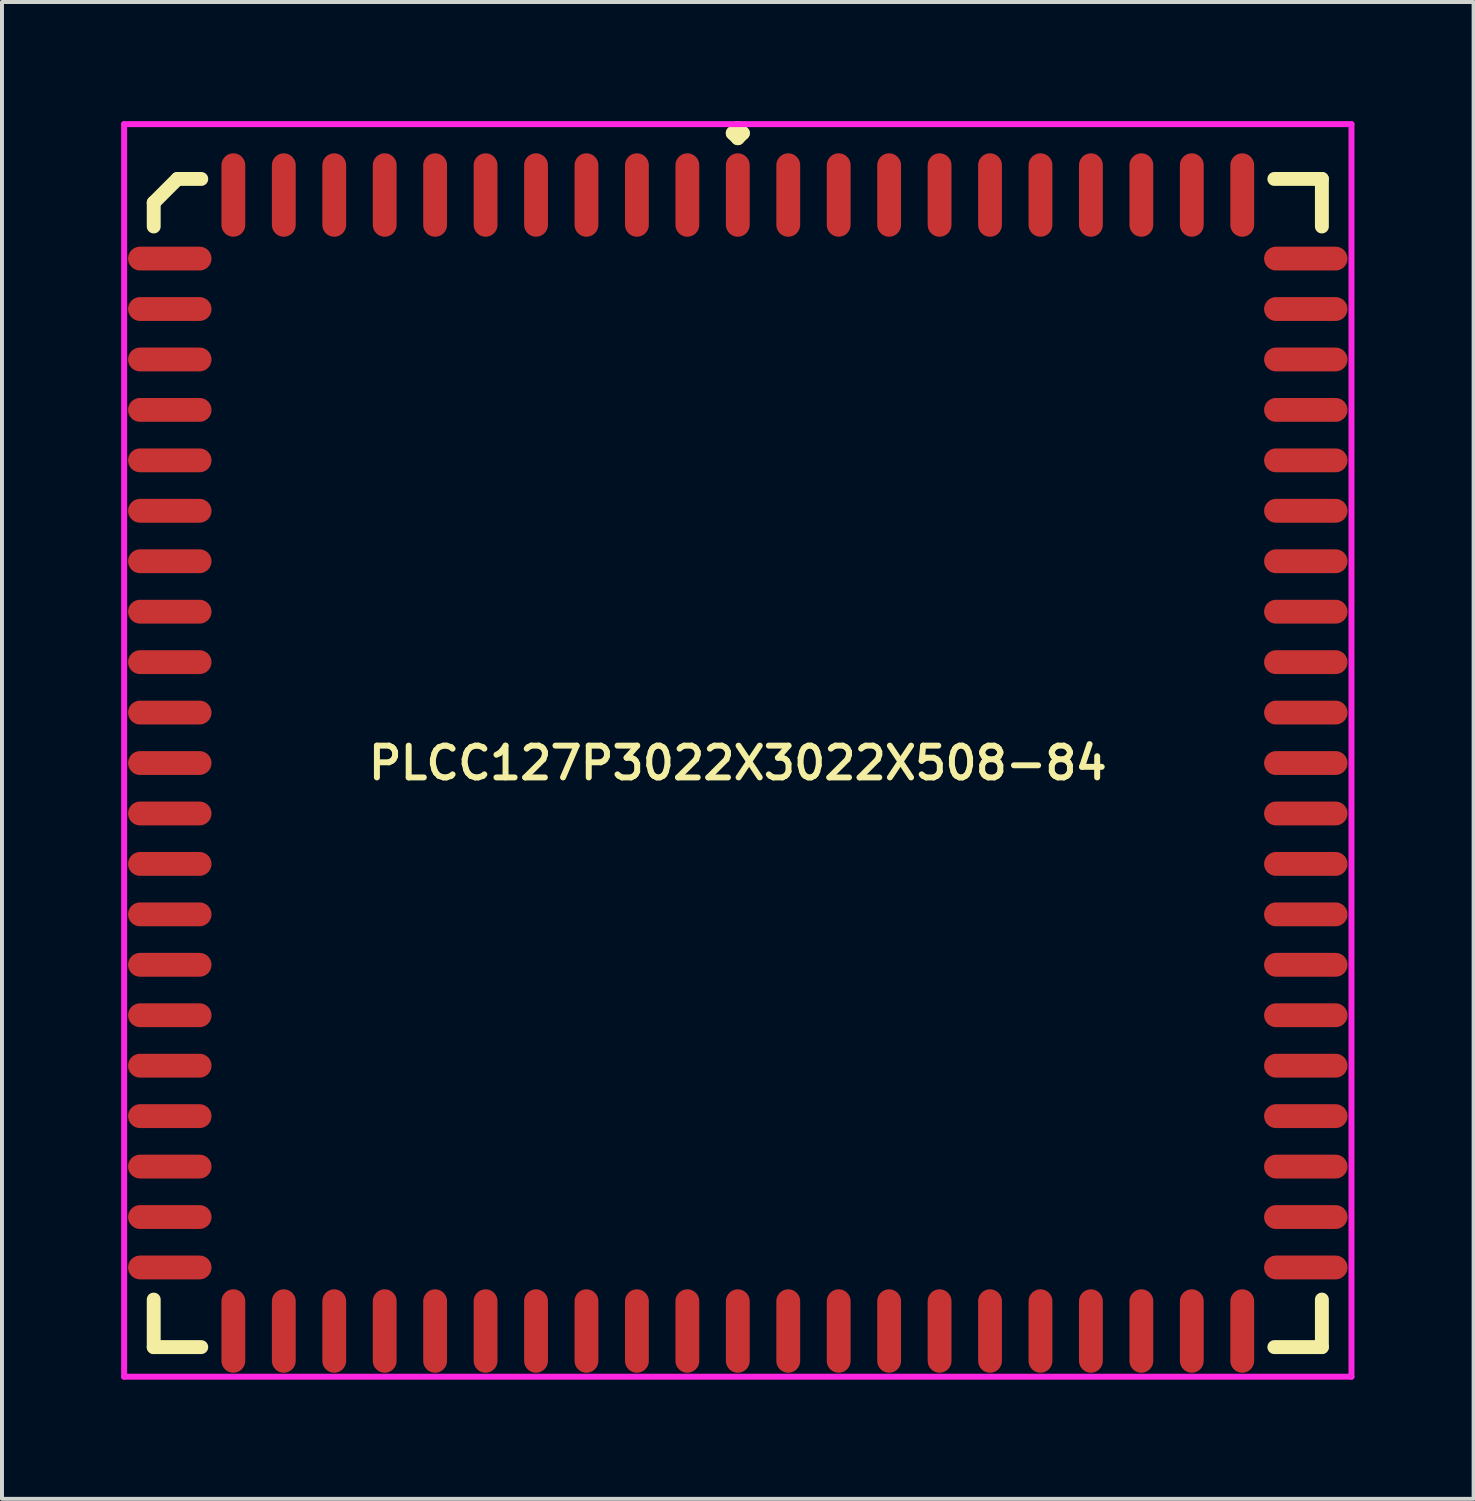
<source format=kicad_pcb>
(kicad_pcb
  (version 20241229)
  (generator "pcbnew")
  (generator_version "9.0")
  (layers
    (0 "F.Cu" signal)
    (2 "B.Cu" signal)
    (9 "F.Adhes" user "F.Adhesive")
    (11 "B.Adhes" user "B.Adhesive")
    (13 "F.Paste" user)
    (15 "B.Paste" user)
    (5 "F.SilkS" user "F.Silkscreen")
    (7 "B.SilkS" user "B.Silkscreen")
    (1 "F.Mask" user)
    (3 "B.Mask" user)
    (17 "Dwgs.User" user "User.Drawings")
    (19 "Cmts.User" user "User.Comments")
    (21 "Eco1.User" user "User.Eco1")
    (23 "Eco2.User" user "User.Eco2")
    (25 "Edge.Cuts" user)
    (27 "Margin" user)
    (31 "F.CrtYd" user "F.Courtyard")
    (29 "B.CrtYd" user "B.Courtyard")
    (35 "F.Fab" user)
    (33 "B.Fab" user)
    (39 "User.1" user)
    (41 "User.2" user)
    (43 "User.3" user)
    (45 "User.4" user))
  (footprint "PLCC127P3022X3022X508-84"
    (layer "F.Cu")
    (at 15.525 16.16)
    (property "Reference" "PLCC127P3022X3022X508-84" (at 0 0 0) (layer "F.SilkS") (effects (font (size 0.8 0.8) (thickness 0.15))))
    (attr smd)
    (fp_line (start -14.705 -14.107) (end -14.107 -14.705) (stroke (width 0.35) (type solid)) (layer "F.SilkS"))
    (fp_line (start -14.705 -13.508) (end -14.705 -14.107) (stroke (width 0.35) (type solid)) (layer "F.SilkS"))
    (fp_line (start -14.705 13.508) (end -14.705 14.705) (stroke (width 0.35) (type solid)) (layer "F.SilkS"))
    (fp_line (start -14.705 14.705) (end -13.508 14.705) (stroke (width 0.35) (type solid)) (layer "F.SilkS"))
    (fp_line (start -14.107 -14.705) (end -13.508 -14.705) (stroke (width 0.35) (type solid)) (layer "F.SilkS"))
    (fp_line (start -0.127 -15.858) (end 0 -15.985) (stroke (width 0.35) (type solid)) (layer "F.SilkS"))
    (fp_line (start 0 -15.985) (end 0.127 -15.858) (stroke (width 0.35) (type solid)) (layer "F.SilkS"))
    (fp_line (start 0 -15.731) (end -0.127 -15.858) (stroke (width 0.35) (type solid)) (layer "F.SilkS"))
    (fp_line (start 0.127 -15.858) (end 0 -15.731) (stroke (width 0.35) (type solid)) (layer "F.SilkS"))
    (fp_line (start 14.705 -14.705) (end 13.508 -14.705) (stroke (width 0.35) (type solid)) (layer "F.SilkS"))
    (fp_line (start 14.705 -13.508) (end 14.705 -14.705) (stroke (width 0.35) (type solid)) (layer "F.SilkS"))
    (fp_line (start 14.705 13.508) (end 14.705 14.705) (stroke (width 0.35) (type solid)) (layer "F.SilkS"))
    (fp_line (start 14.705 14.705) (end 13.508 14.705) (stroke (width 0.35) (type solid)) (layer "F.SilkS"))
    (fp_line (start -15.45 -16.085) (end 15.45 -16.085) (stroke (width 0.15) (type solid)) (layer "F.CrtYd"))
    (fp_line (start -15.45 15.45) (end -15.45 -16.085) (stroke (width 0.15) (type solid)) (layer "F.CrtYd"))
    (fp_line (start 15.45 -16.085) (end 15.45 15.45) (stroke (width 0.15) (type solid)) (layer "F.CrtYd"))
    (fp_line (start 15.45 15.45) (end -15.45 15.45) (stroke (width 0.15) (type solid)) (layer "F.CrtYd"))
    (pad "1" smd oval (at 0 -14.3) (size 0.6 2.1) (layers "F.Cu" "F.Mask" "F.Paste"))
    (pad "2" smd oval (at -1.27 -14.3) (size 0.6 2.1) (layers "F.Cu" "F.Mask" "F.Paste"))
    (pad "3" smd oval (at -2.54 -14.3) (size 0.6 2.1) (layers "F.Cu" "F.Mask" "F.Paste"))
    (pad "4" smd oval (at -3.81 -14.3) (size 0.6 2.1) (layers "F.Cu" "F.Mask" "F.Paste"))
    (pad "5" smd oval (at -5.08 -14.3) (size 0.6 2.1) (layers "F.Cu" "F.Mask" "F.Paste"))
    (pad "6" smd oval (at -6.35 -14.3) (size 0.6 2.1) (layers "F.Cu" "F.Mask" "F.Paste"))
    (pad "7" smd oval (at -7.62 -14.3) (size 0.6 2.1) (layers "F.Cu" "F.Mask" "F.Paste"))
    (pad "8" smd oval (at -8.89 -14.3) (size 0.6 2.1) (layers "F.Cu" "F.Mask" "F.Paste"))
    (pad "9" smd oval (at -10.16 -14.3) (size 0.6 2.1) (layers "F.Cu" "F.Mask" "F.Paste"))
    (pad "10" smd oval (at -11.43 -14.3) (size 0.6 2.1) (layers "F.Cu" "F.Mask" "F.Paste"))
    (pad "11" smd oval (at -12.7 -14.3) (size 0.6 2.1) (layers "F.Cu" "F.Mask" "F.Paste"))
    (pad "12" smd oval (at -14.3 -12.7) (size 2.1 0.6) (layers "F.Cu" "F.Mask" "F.Paste"))
    (pad "13" smd oval (at -14.3 -11.43) (size 2.1 0.6) (layers "F.Cu" "F.Mask" "F.Paste"))
    (pad "14" smd oval (at -14.3 -10.16) (size 2.1 0.6) (layers "F.Cu" "F.Mask" "F.Paste"))
    (pad "15" smd oval (at -14.3 -8.89) (size 2.1 0.6) (layers "F.Cu" "F.Mask" "F.Paste"))
    (pad "16" smd oval (at -14.3 -7.62) (size 2.1 0.6) (layers "F.Cu" "F.Mask" "F.Paste"))
    (pad "17" smd oval (at -14.3 -6.35) (size 2.1 0.6) (layers "F.Cu" "F.Mask" "F.Paste"))
    (pad "18" smd oval (at -14.3 -5.08) (size 2.1 0.6) (layers "F.Cu" "F.Mask" "F.Paste"))
    (pad "19" smd oval (at -14.3 -3.81) (size 2.1 0.6) (layers "F.Cu" "F.Mask" "F.Paste"))
    (pad "20" smd oval (at -14.3 -2.54) (size 2.1 0.6) (layers "F.Cu" "F.Mask" "F.Paste"))
    (pad "21" smd oval (at -14.3 -1.27) (size 2.1 0.6) (layers "F.Cu" "F.Mask" "F.Paste"))
    (pad "22" smd oval (at -14.3 0) (size 2.1 0.6) (layers "F.Cu" "F.Mask" "F.Paste"))
    (pad "23" smd oval (at -14.3 1.27) (size 2.1 0.6) (layers "F.Cu" "F.Mask" "F.Paste"))
    (pad "24" smd oval (at -14.3 2.54) (size 2.1 0.6) (layers "F.Cu" "F.Mask" "F.Paste"))
    (pad "25" smd oval (at -14.3 3.81) (size 2.1 0.6) (layers "F.Cu" "F.Mask" "F.Paste"))
    (pad "26" smd oval (at -14.3 5.08) (size 2.1 0.6) (layers "F.Cu" "F.Mask" "F.Paste"))
    (pad "27" smd oval (at -14.3 6.35) (size 2.1 0.6) (layers "F.Cu" "F.Mask" "F.Paste"))
    (pad "28" smd oval (at -14.3 7.62) (size 2.1 0.6) (layers "F.Cu" "F.Mask" "F.Paste"))
    (pad "29" smd oval (at -14.3 8.89) (size 2.1 0.6) (layers "F.Cu" "F.Mask" "F.Paste"))
    (pad "30" smd oval (at -14.3 10.16) (size 2.1 0.6) (layers "F.Cu" "F.Mask" "F.Paste"))
    (pad "31" smd oval (at -14.3 11.43) (size 2.1 0.6) (layers "F.Cu" "F.Mask" "F.Paste"))
    (pad "32" smd oval (at -14.3 12.7) (size 2.1 0.6) (layers "F.Cu" "F.Mask" "F.Paste"))
    (pad "33" smd oval (at -12.7 14.3) (size 0.6 2.1) (layers "F.Cu" "F.Mask" "F.Paste"))
    (pad "34" smd oval (at -11.43 14.3) (size 0.6 2.1) (layers "F.Cu" "F.Mask" "F.Paste"))
    (pad "35" smd oval (at -10.16 14.3) (size 0.6 2.1) (layers "F.Cu" "F.Mask" "F.Paste"))
    (pad "36" smd oval (at -8.89 14.3) (size 0.6 2.1) (layers "F.Cu" "F.Mask" "F.Paste"))
    (pad "37" smd oval (at -7.62 14.3) (size 0.6 2.1) (layers "F.Cu" "F.Mask" "F.Paste"))
    (pad "38" smd oval (at -6.35 14.3) (size 0.6 2.1) (layers "F.Cu" "F.Mask" "F.Paste"))
    (pad "39" smd oval (at -5.08 14.3) (size 0.6 2.1) (layers "F.Cu" "F.Mask" "F.Paste"))
    (pad "40" smd oval (at -3.81 14.3) (size 0.6 2.1) (layers "F.Cu" "F.Mask" "F.Paste"))
    (pad "41" smd oval (at -2.54 14.3) (size 0.6 2.1) (layers "F.Cu" "F.Mask" "F.Paste"))
    (pad "42" smd oval (at -1.27 14.3) (size 0.6 2.1) (layers "F.Cu" "F.Mask" "F.Paste"))
    (pad "43" smd oval (at 0 14.3) (size 0.6 2.1) (layers "F.Cu" "F.Mask" "F.Paste"))
    (pad "44" smd oval (at 1.27 14.3) (size 0.6 2.1) (layers "F.Cu" "F.Mask" "F.Paste"))
    (pad "45" smd oval (at 2.54 14.3) (size 0.6 2.1) (layers "F.Cu" "F.Mask" "F.Paste"))
    (pad "46" smd oval (at 3.81 14.3) (size 0.6 2.1) (layers "F.Cu" "F.Mask" "F.Paste"))
    (pad "47" smd oval (at 5.08 14.3) (size 0.6 2.1) (layers "F.Cu" "F.Mask" "F.Paste"))
    (pad "48" smd oval (at 6.35 14.3) (size 0.6 2.1) (layers "F.Cu" "F.Mask" "F.Paste"))
    (pad "49" smd oval (at 7.62 14.3) (size 0.6 2.1) (layers "F.Cu" "F.Mask" "F.Paste"))
    (pad "50" smd oval (at 8.89 14.3) (size 0.6 2.1) (layers "F.Cu" "F.Mask" "F.Paste"))
    (pad "51" smd oval (at 10.16 14.3) (size 0.6 2.1) (layers "F.Cu" "F.Mask" "F.Paste"))
    (pad "52" smd oval (at 11.43 14.3) (size 0.6 2.1) (layers "F.Cu" "F.Mask" "F.Paste"))
    (pad "53" smd oval (at 12.7 14.3) (size 0.6 2.1) (layers "F.Cu" "F.Mask" "F.Paste"))
    (pad "54" smd oval (at 14.3 12.7) (size 2.1 0.6) (layers "F.Cu" "F.Mask" "F.Paste"))
    (pad "55" smd oval (at 14.3 11.43) (size 2.1 0.6) (layers "F.Cu" "F.Mask" "F.Paste"))
    (pad "56" smd oval (at 14.3 10.16) (size 2.1 0.6) (layers "F.Cu" "F.Mask" "F.Paste"))
    (pad "57" smd oval (at 14.3 8.89) (size 2.1 0.6) (layers "F.Cu" "F.Mask" "F.Paste"))
    (pad "58" smd oval (at 14.3 7.62) (size 2.1 0.6) (layers "F.Cu" "F.Mask" "F.Paste"))
    (pad "59" smd oval (at 14.3 6.35) (size 2.1 0.6) (layers "F.Cu" "F.Mask" "F.Paste"))
    (pad "60" smd oval (at 14.3 5.08) (size 2.1 0.6) (layers "F.Cu" "F.Mask" "F.Paste"))
    (pad "61" smd oval (at 14.3 3.81) (size 2.1 0.6) (layers "F.Cu" "F.Mask" "F.Paste"))
    (pad "62" smd oval (at 14.3 2.54) (size 2.1 0.6) (layers "F.Cu" "F.Mask" "F.Paste"))
    (pad "63" smd oval (at 14.3 1.27) (size 2.1 0.6) (layers "F.Cu" "F.Mask" "F.Paste"))
    (pad "64" smd oval (at 14.3 0) (size 2.1 0.6) (layers "F.Cu" "F.Mask" "F.Paste"))
    (pad "65" smd oval (at 14.3 -1.27) (size 2.1 0.6) (layers "F.Cu" "F.Mask" "F.Paste"))
    (pad "66" smd oval (at 14.3 -2.54) (size 2.1 0.6) (layers "F.Cu" "F.Mask" "F.Paste"))
    (pad "67" smd oval (at 14.3 -3.81) (size 2.1 0.6) (layers "F.Cu" "F.Mask" "F.Paste"))
    (pad "68" smd oval (at 14.3 -5.08) (size 2.1 0.6) (layers "F.Cu" "F.Mask" "F.Paste"))
    (pad "69" smd oval (at 14.3 -6.35) (size 2.1 0.6) (layers "F.Cu" "F.Mask" "F.Paste"))
    (pad "70" smd oval (at 14.3 -7.62) (size 2.1 0.6) (layers "F.Cu" "F.Mask" "F.Paste"))
    (pad "71" smd oval (at 14.3 -8.89) (size 2.1 0.6) (layers "F.Cu" "F.Mask" "F.Paste"))
    (pad "72" smd oval (at 14.3 -10.16) (size 2.1 0.6) (layers "F.Cu" "F.Mask" "F.Paste"))
    (pad "73" smd oval (at 14.3 -11.43) (size 2.1 0.6) (layers "F.Cu" "F.Mask" "F.Paste"))
    (pad "74" smd oval (at 14.3 -12.7) (size 2.1 0.6) (layers "F.Cu" "F.Mask" "F.Paste"))
    (pad "75" smd oval (at 12.7 -14.3) (size 0.6 2.1) (layers "F.Cu" "F.Mask" "F.Paste"))
    (pad "76" smd oval (at 11.43 -14.3) (size 0.6 2.1) (layers "F.Cu" "F.Mask" "F.Paste"))
    (pad "77" smd oval (at 10.16 -14.3) (size 0.6 2.1) (layers "F.Cu" "F.Mask" "F.Paste"))
    (pad "78" smd oval (at 8.89 -14.3) (size 0.6 2.1) (layers "F.Cu" "F.Mask" "F.Paste"))
    (pad "79" smd oval (at 7.62 -14.3) (size 0.6 2.1) (layers "F.Cu" "F.Mask" "F.Paste"))
    (pad "80" smd oval (at 6.35 -14.3) (size 0.6 2.1) (layers "F.Cu" "F.Mask" "F.Paste"))
    (pad "81" smd oval (at 5.08 -14.3) (size 0.6 2.1) (layers "F.Cu" "F.Mask" "F.Paste"))
    (pad "82" smd oval (at 3.81 -14.3) (size 0.6 2.1) (layers "F.Cu" "F.Mask" "F.Paste"))
    (pad "83" smd oval (at 2.54 -14.3) (size 0.6 2.1) (layers "F.Cu" "F.Mask" "F.Paste"))
    (pad "84" smd oval (at 1.27 -14.3) (size 0.6 2.1) (layers "F.Cu" "F.Mask" "F.Paste")))
  (gr_rect
    (start -3 -3)
    (end 34.05 34.685)
    (stroke (width 0.1) (type default))
    (fill no)
    (layer "Edge.Cuts")))
</source>
